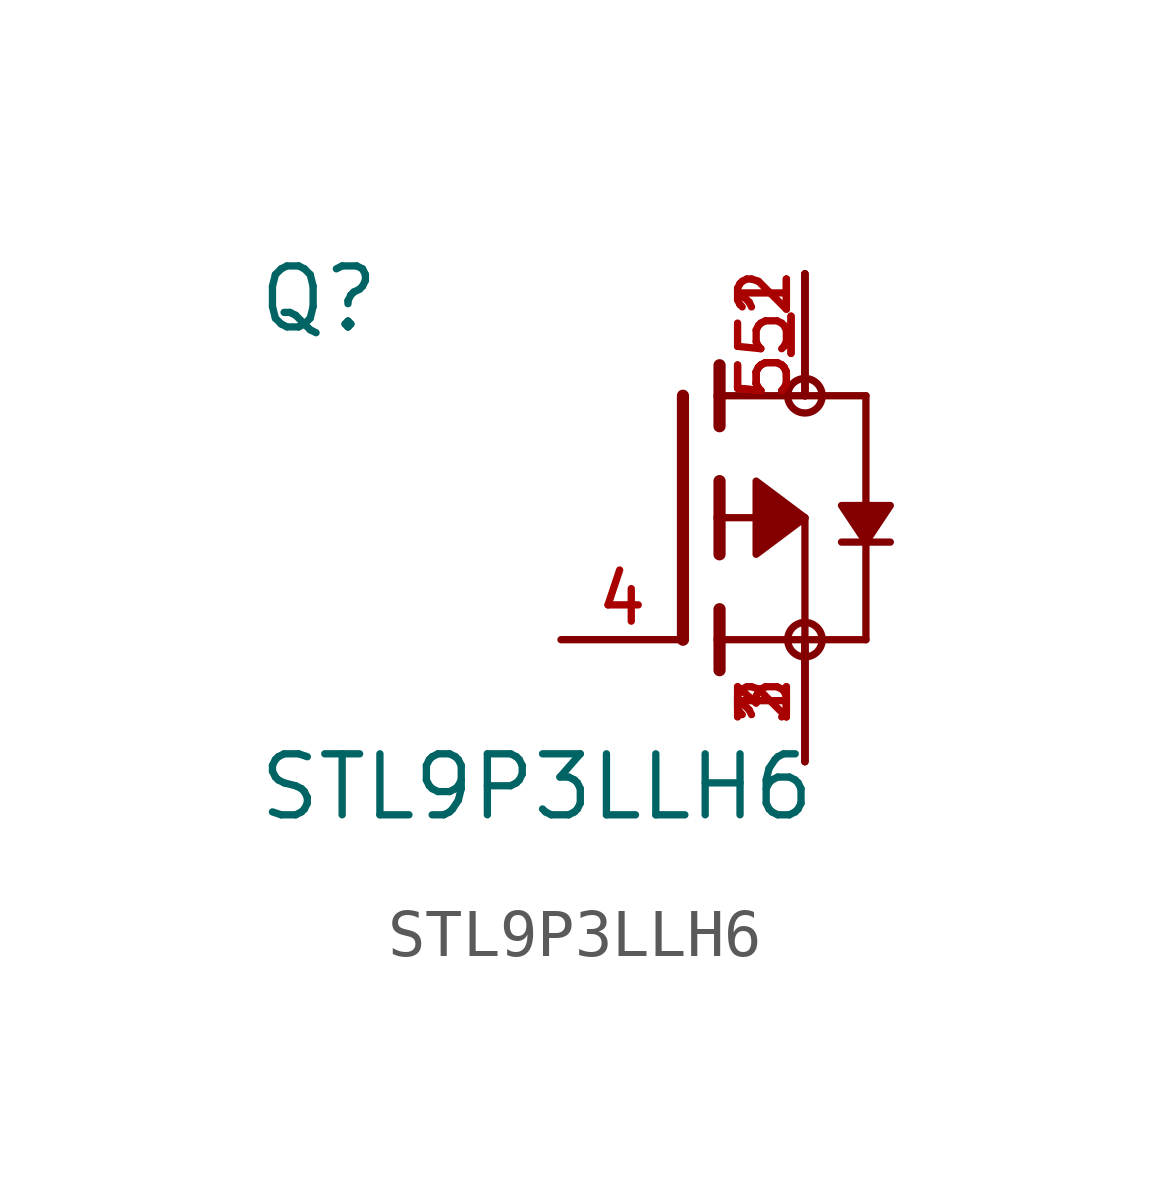
<source format=kicad_sym>
(kicad_symbol_lib
  (version 20211014)
  (generator kicad_symbol_editor)
  (symbol "STL9P3LLH6"
    (pin_names
      (offset 1.016))
    (property "Reference" "Q"
      (at -8.89 3.81 0)
      (effects (font (size 1.27 1.27)) (justify bottom left)))
    (property "Value" "STL9P3LLH6"
      (at -8.89 -6.35 0)
      (effects (font (size 1.27 1.27)) (justify bottom left)))
    (symbol "STL9P3LLH6_0_0"
      (polyline (pts (xy 0.762 -0.762) (xy 0.762 0.0)) (stroke (width 0.254)))
      (polyline (pts (xy 0.762 0.0) (xy 0.762 0.762)) (stroke (width 0.254)))
      (polyline (pts (xy 0.762 -3.175) (xy 0.762 -2.54)) (stroke (width 0.254)))
      (polyline (pts (xy 0.762 -2.54) (xy 0.762 -1.905)) (stroke (width 0.254)))
      (polyline (pts (xy 0.762 0.0) (xy 2.54 0.0)) (stroke (width 0.152)))
      (polyline (pts (xy 0.762 1.905) (xy 0.762 2.54)) (stroke (width 0.254)))
      (polyline (pts (xy 0.762 2.54) (xy 0.762 3.175)) (stroke (width 0.254)))
      (polyline (pts (xy 0.0 -2.54) (xy 0.0 2.54)) (stroke (width 0.254)))
      (polyline (pts (xy 2.54 2.54) (xy 0.762 2.54)) (stroke (width 0.152)))
      (polyline (pts (xy 2.54 2.54) (xy 3.81 2.54)) (stroke (width 0.152)))
      (polyline (pts (xy 0.762 -2.54) (xy 3.81 -2.54)) (stroke (width 0.152)))
      (circle (center 2.54 2.54) (radius 0.359) (stroke (width 0.0)) (fill (type none)))
      (circle (center 2.54 -2.54) (radius 0.359) (stroke (width 0.0)) (fill (type none)))
      (polyline (pts (xy 2.54 0.0) (xy 1.524 0.762) (xy 1.524 -0.762) (xy 2.54 0.0)) (stroke (width 0.152)) (fill (type outline)))
      (polyline (pts (xy 2.54 -2.54) (xy 2.54 0.0)) (stroke (width 0.152)))
      (polyline (pts (xy 3.81 2.54) (xy 3.81 -0.508)) (stroke (width 0.152)))
      (polyline (pts (xy 3.81 -0.508) (xy 3.81 -2.54)) (stroke (width 0.152)))
      (polyline (pts (xy 4.318 -0.508) (xy 3.81 -0.508)) (stroke (width 0.152)))
      (polyline (pts (xy 3.81 -0.508) (xy 3.302 -0.508)) (stroke (width 0.152)))
      (polyline (pts (xy 3.81 -0.508) (xy 3.302 0.254) (xy 4.318 0.254) (xy 3.81 -0.508)) (stroke (width 0.152)) (fill (type outline)))
      (pin passive line (at -2.54 -2.54 0) (length 2.54) (name "~" (effects (font (size 1.016 1.016)))) (number "4" (effects (font (size 1.016 1.016)))))
      (pin passive line (at 2.54 5.08 270.0) (length 2.54) (name "~" (effects (font (size 1.016 1.016)))) (number "5" (effects (font (size 1.016 1.016)))))
      (pin passive line (at 2.54 5.08 270.0) (length 2.54) (name "~" (effects (font (size 1.016 1.016)))) (number "5_1" (effects (font (size 1.016 1.016)))))
      (pin passive line (at 2.54 5.08 270.0) (length 2.54) (name "~" (effects (font (size 1.016 1.016)))) (number "5_2" (effects (font (size 1.016 1.016)))))
      (pin passive line (at 2.54 -5.08 90.0) (length 2.54) (name "~" (effects (font (size 1.016 1.016)))) (number "1" (effects (font (size 1.016 1.016)))))
      (pin passive line (at 2.54 -5.08 90.0) (length 2.54) (name "~" (effects (font (size 1.016 1.016)))) (number "2" (effects (font (size 1.016 1.016)))))
      (pin passive line (at 2.54 -5.08 90.0) (length 2.54) (name "~" (effects (font (size 1.016 1.016)))) (number "3" (effects (font (size 1.016 1.016))))))))
</source>
